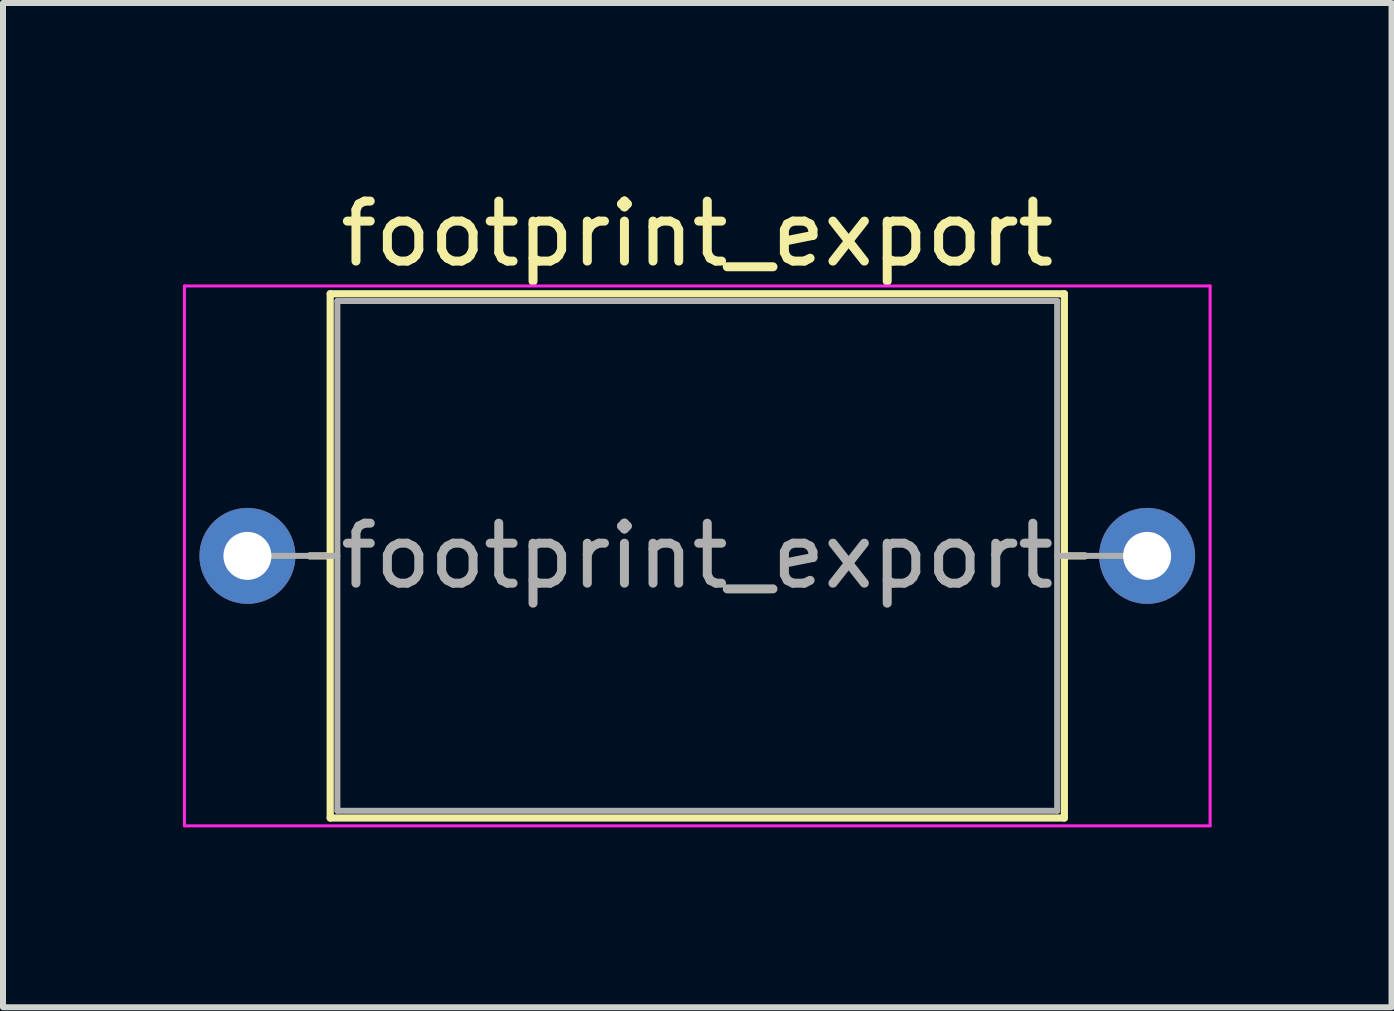
<source format=kicad_pcb>
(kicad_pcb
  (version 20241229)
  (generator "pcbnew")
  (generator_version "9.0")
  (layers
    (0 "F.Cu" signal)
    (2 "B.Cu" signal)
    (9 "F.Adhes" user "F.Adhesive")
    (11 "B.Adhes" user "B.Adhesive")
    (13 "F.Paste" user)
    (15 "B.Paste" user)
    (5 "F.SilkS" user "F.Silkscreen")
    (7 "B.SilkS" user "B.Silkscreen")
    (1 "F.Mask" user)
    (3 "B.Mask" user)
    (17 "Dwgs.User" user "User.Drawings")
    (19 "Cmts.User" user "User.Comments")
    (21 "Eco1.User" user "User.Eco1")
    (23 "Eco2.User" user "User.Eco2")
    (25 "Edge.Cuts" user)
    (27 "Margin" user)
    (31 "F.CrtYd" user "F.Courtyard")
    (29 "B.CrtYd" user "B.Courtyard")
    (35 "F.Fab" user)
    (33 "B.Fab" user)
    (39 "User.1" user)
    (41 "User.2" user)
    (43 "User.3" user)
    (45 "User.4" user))
  (footprint "footprint_export"
    (layer "F.Cu")
    (at 1.075 6.218)
    (property "Reference" "footprint_export" (at 7.5 -5.37 0) (layer "F.SilkS") (effects (font (size 1 1) (thickness 0.15))))
    (attr through_hole)
    (fp_line (start 1.04 0) (end 1.38 0) (stroke (width 0.12) (type solid)) (layer "F.SilkS"))
    (fp_line (start 1.38 -4.37) (end 1.38 4.37) (stroke (width 0.12) (type solid)) (layer "F.SilkS"))
    (fp_line (start 1.38 4.37) (end 13.62 4.37) (stroke (width 0.12) (type solid)) (layer "F.SilkS"))
    (fp_line (start 13.62 -4.37) (end 1.38 -4.37) (stroke (width 0.12) (type solid)) (layer "F.SilkS"))
    (fp_line (start 13.62 4.37) (end 13.62 -4.37) (stroke (width 0.12) (type solid)) (layer "F.SilkS"))
    (fp_line (start 13.96 0) (end 13.62 0) (stroke (width 0.12) (type solid)) (layer "F.SilkS"))
    (fp_line (start -1.05 -4.5) (end -1.05 4.5) (stroke (width 0.05) (type solid)) (layer "F.CrtYd"))
    (fp_line (start -1.05 4.5) (end 16.05 4.5) (stroke (width 0.05) (type solid)) (layer "F.CrtYd"))
    (fp_line (start 16.05 -4.5) (end -1.05 -4.5) (stroke (width 0.05) (type solid)) (layer "F.CrtYd"))
    (fp_line (start 16.05 4.5) (end 16.05 -4.5) (stroke (width 0.05) (type solid)) (layer "F.CrtYd"))
    (fp_line (start 0 0) (end 1.5 0) (stroke (width 0.1) (type solid)) (layer "F.Fab"))
    (fp_line (start 1.5 -4.25) (end 1.5 4.25) (stroke (width 0.1) (type solid)) (layer "F.Fab"))
    (fp_line (start 1.5 4.25) (end 13.5 4.25) (stroke (width 0.1) (type solid)) (layer "F.Fab"))
    (fp_line (start 13.5 -4.25) (end 1.5 -4.25) (stroke (width 0.1) (type solid)) (layer "F.Fab"))
    (fp_line (start 13.5 4.25) (end 13.5 -4.25) (stroke (width 0.1) (type solid)) (layer "F.Fab"))
    (fp_line (start 15 0) (end 13.5 0) (stroke (width 0.1) (type solid)) (layer "F.Fab"))
    (fp_text user "${REFERENCE}" (at 7.5 0 0) (layer "F.Fab") (effects (font (size 1 1) (thickness 0.15))))
    (pad "1" thru_hole circle (at 0 0) (size 1.6 1.6) (drill 0.8) (layers "*.Cu" "*.Mask"))
    (pad "2" thru_hole oval (at 15 0) (size 1.6 1.6) (drill 0.8) (layers "*.Cu" "*.Mask")))
  (gr_rect
    (start -3 -3)
    (end 20.15 13.743)
    (stroke (width 0.1) (type default))
    (fill no)
    (layer "Edge.Cuts")))
</source>
